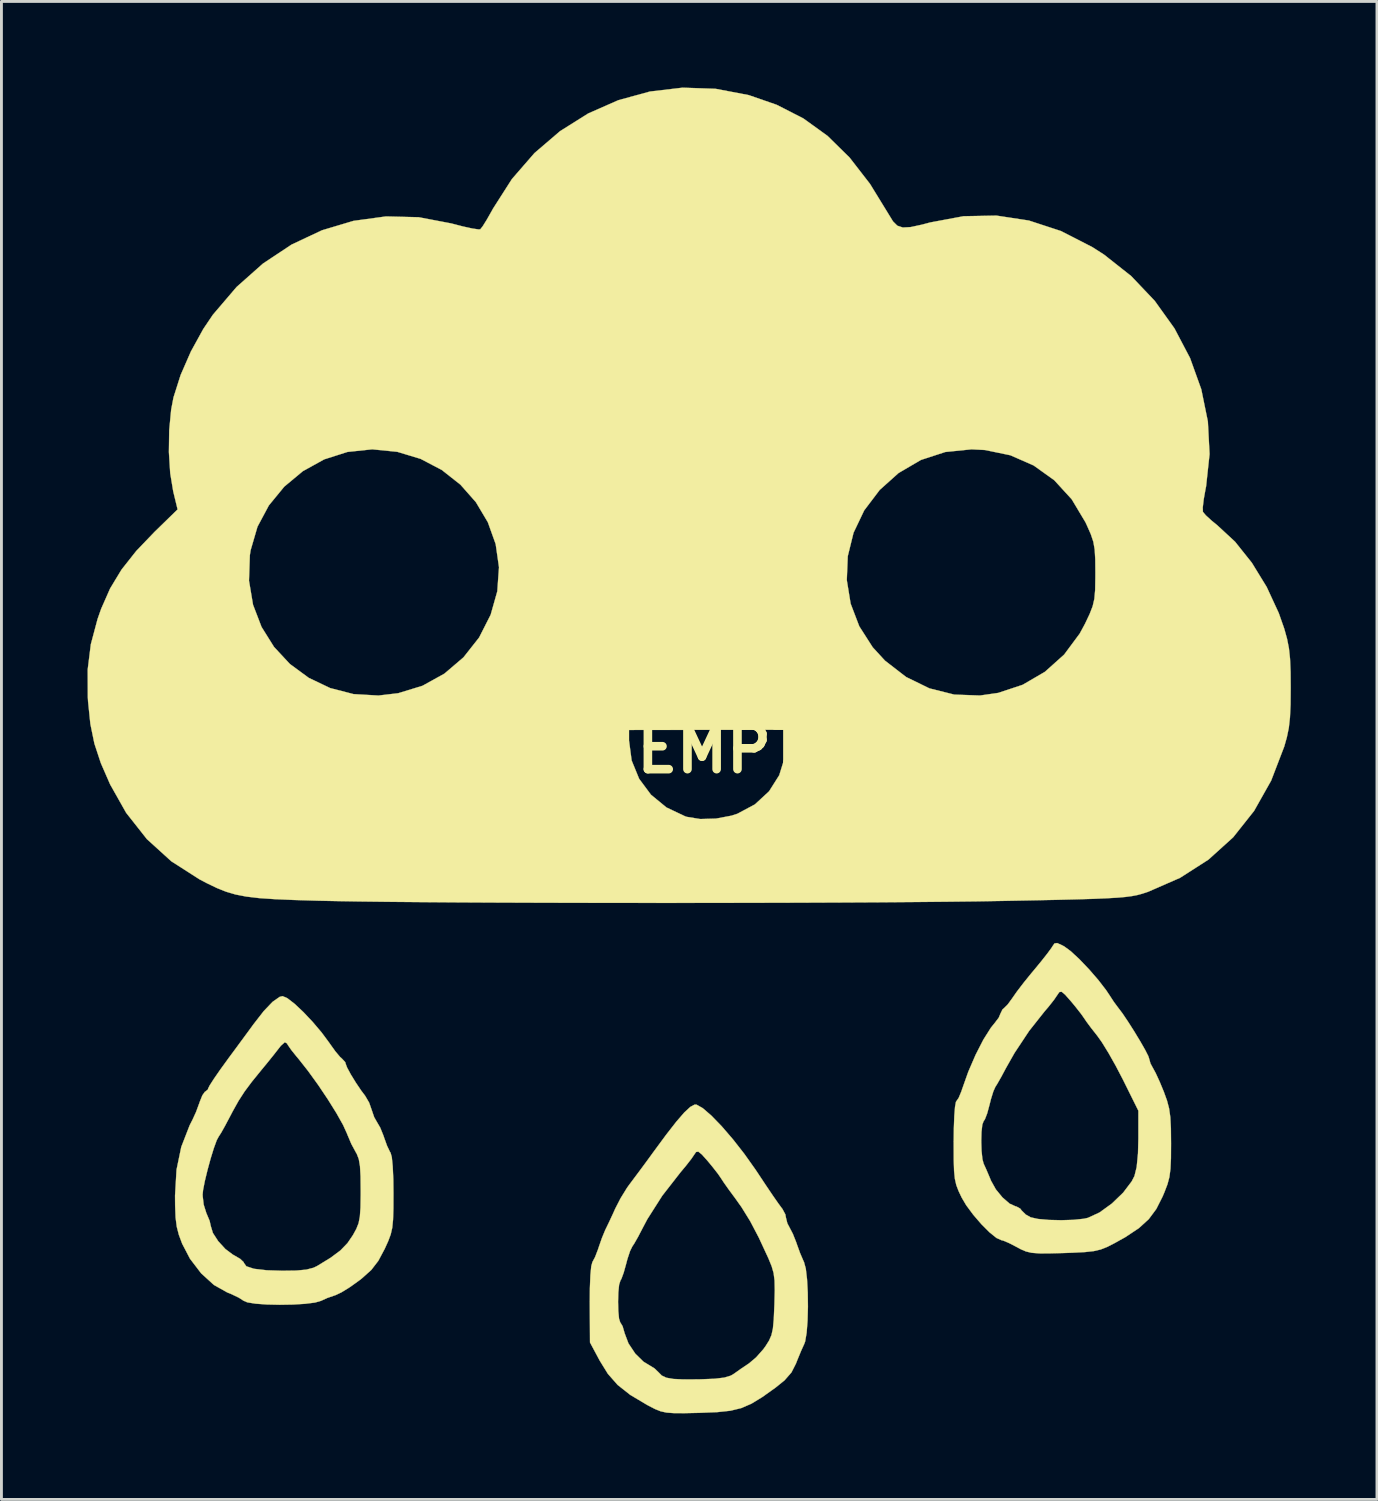
<source format=kicad_pcb>
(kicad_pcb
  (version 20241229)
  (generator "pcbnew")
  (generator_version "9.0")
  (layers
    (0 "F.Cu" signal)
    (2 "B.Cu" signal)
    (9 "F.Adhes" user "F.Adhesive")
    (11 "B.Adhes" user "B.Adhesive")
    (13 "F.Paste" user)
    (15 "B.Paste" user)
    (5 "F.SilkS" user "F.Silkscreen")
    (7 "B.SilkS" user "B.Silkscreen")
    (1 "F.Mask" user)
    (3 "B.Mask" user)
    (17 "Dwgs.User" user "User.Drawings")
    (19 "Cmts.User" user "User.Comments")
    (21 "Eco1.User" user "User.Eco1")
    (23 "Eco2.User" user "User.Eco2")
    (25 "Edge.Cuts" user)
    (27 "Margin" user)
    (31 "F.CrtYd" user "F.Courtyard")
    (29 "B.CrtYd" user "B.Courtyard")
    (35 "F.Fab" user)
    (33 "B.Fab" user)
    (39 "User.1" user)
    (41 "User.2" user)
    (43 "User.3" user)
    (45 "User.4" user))
  (footprint "ATTEMPT5"
    (layer "F.Cu")
    (at 20.972 23.056)
    (property "Reference" "ATTEMPT5" (at 0 0 0) (layer "F.SilkS") (effects (font (size 1.524 1.524) (thickness 0.3))))
    (attr through_hole)
    (fp_poly (pts (xy 0.24 12.375) (xy 0.461 12.5) (xy 0.763 12.761) (xy 1.122 13.132) (xy 1.512 13.585) (xy 1.911 14.095) (xy 2.294 14.635) (xy 2.371 14.75) (xy 2.65 15.171) (xy 2.899 15.54) (xy 3.096 15.823) (xy 3.216 15.986) (xy 3.232 16.004) (xy 3.339 16.203) (xy 3.355 16.3) (xy 3.407 16.511) (xy 3.485 16.659) (xy 3.6 16.88) (xy 3.717 17.174) (xy 3.735 17.228) (xy 3.85 17.547) (xy 3.973 17.833) (xy 3.988 17.863) (xy 4.05 18.09) (xy 4.093 18.46) (xy 4.118 18.92) (xy 4.124 19.419) (xy 4.111 19.904) (xy 4.079 20.323) (xy 4.028 20.625) (xy 3.997 20.711) (xy 3.887 20.954) (xy 3.755 21.274) (xy 3.708 21.395) (xy 3.55 21.706) (xy 3.308 21.983) (xy 2.993 22.237) (xy 2.532 22.565) (xy 2.153 22.796) (xy 1.801 22.948) (xy 1.423 23.04) (xy 0.963 23.089) (xy 0.369 23.113) (xy 0.335 23.114) (xy -0.175 23.125) (xy -0.539 23.124) (xy -0.801 23.105) (xy -1.007 23.06) (xy -1.201 22.982) (xy -1.428 22.865) (xy -1.49 22.831) (xy -2.068 22.487) (xy -2.504 22.142) (xy -2.845 21.755) (xy -3.128 21.297) (xy -3.468 20.662) (xy -3.476 19.325) (xy -3.476 19.243) (xy -2.49 19.243) (xy -2.482 19.569) (xy -2.457 19.831) (xy -2.414 19.966) (xy -2.409 19.97) (xy -2.333 20.094) (xy -2.266 20.323) (xy -2.264 20.334) (xy -2.128 20.695) (xy -1.89 21.052) (xy -1.604 21.332) (xy -1.452 21.424) (xy -1.219 21.567) (xy -1.077 21.704) (xy -0.968 21.815) (xy -0.809 21.89) (xy -0.565 21.933) (xy -0.204 21.95) (xy 0.311 21.947) (xy 0.393 21.945) (xy 0.877 21.926) (xy 1.21 21.886) (xy 1.433 21.819) (xy 1.543 21.755) (xy 1.789 21.58) (xy 2.066 21.394) (xy 2.074 21.388) (xy 2.315 21.185) (xy 2.565 20.904) (xy 2.648 20.791) (xy 2.771 20.595) (xy 2.853 20.407) (xy 2.904 20.179) (xy 2.934 19.86) (xy 2.954 19.401) (xy 2.957 19.336) (xy 2.969 18.852) (xy 2.962 18.507) (xy 2.929 18.245) (xy 2.861 18.008) (xy 2.752 17.741) (xy 2.74 17.714) (xy 2.412 17.007) (xy 2.112 16.435) (xy 1.81 15.947) (xy 1.585 15.631) (xy 1.367 15.336) (xy 1.19 15.085) (xy 1.094 14.938) (xy 0.985 14.78) (xy 0.796 14.539) (xy 0.641 14.351) (xy 0.432 14.116) (xy 0.307 14.014) (xy 0.228 14.026) (xy 0.177 14.098) (xy 0.064 14.264) (xy -0.132 14.515) (xy -0.32 14.74) (xy -0.951 15.55) (xy -1.47 16.366) (xy -1.635 16.678) (xy -1.791 16.978) (xy -1.927 17.217) (xy -1.992 17.314) (xy -2.073 17.479) (xy -2.165 17.757) (xy -2.21 17.928) (xy -2.293 18.226) (xy -2.373 18.445) (xy -2.409 18.508) (xy -2.454 18.65) (xy -2.481 18.916) (xy -2.49 19.243) (xy -3.476 19.243) (xy -3.472 18.768) (xy -3.454 18.318) (xy -3.424 18.005) (xy -3.384 17.86) (xy -3.292 17.688) (xy -3.189 17.42) (xy -3.163 17.34) (xy -3.053 17.024) (xy -2.938 16.745) (xy -2.918 16.705) (xy -2.804 16.469) (xy -2.657 16.153) (xy -2.59 16.003) (xy -2.403 15.639) (xy -2.18 15.277) (xy -2.106 15.173) (xy -1.905 14.904) (xy -1.729 14.669) (xy -1.682 14.605) (xy -1.533 14.404) (xy -1.338 14.137) (xy -1.271 14.044) (xy -0.82 13.432) (xy -0.461 12.971) (xy -0.183 12.65) (xy 0.026 12.456) (xy 0.177 12.375) (xy 0.24 12.375)) (stroke (width 0.01) (type solid)) (fill yes) (layer "F.SilkS"))
    (fp_poly (pts (xy 12.989 6.83) (xy 13.057 6.867) (xy 13.286 7.036) (xy 13.588 7.317) (xy 13.921 7.666) (xy 14.242 8.037) (xy 14.511 8.386) (xy 14.62 8.548) (xy 14.779 8.793) (xy 14.919 8.982) (xy 14.924 8.988) (xy 15.078 9.192) (xy 15.277 9.487) (xy 15.494 9.828) (xy 15.702 10.172) (xy 15.874 10.473) (xy 15.983 10.688) (xy 16.007 10.763) (xy 16.059 10.946) (xy 16.138 11.091) (xy 16.24 11.278) (xy 16.379 11.581) (xy 16.522 11.926) (xy 16.633 12.233) (xy 16.706 12.51) (xy 16.749 12.814) (xy 16.769 13.201) (xy 16.774 13.726) (xy 16.774 13.733) (xy 16.771 14.244) (xy 16.754 14.614) (xy 16.717 14.899) (xy 16.649 15.153) (xy 16.542 15.432) (xy 16.478 15.582) (xy 16.26 16.013) (xy 15.997 16.367) (xy 15.653 16.68) (xy 15.188 16.989) (xy 14.793 17.209) (xy 14.544 17.336) (xy 14.323 17.423) (xy 14.082 17.479) (xy 13.774 17.513) (xy 13.351 17.535) (xy 13.035 17.546) (xy 12.529 17.559) (xy 12.17 17.558) (xy 11.916 17.538) (xy 11.721 17.492) (xy 11.543 17.416) (xy 11.406 17.342) (xy 11.138 17.203) (xy 10.931 17.115) (xy 10.865 17.099) (xy 10.693 17.022) (xy 10.447 16.823) (xy 10.166 16.541) (xy 9.885 16.215) (xy 9.64 15.884) (xy 9.483 15.619) (xy 9.371 15.384) (xy 9.293 15.179) (xy 9.244 14.963) (xy 9.216 14.69) (xy 9.204 14.318) (xy 9.202 13.802) (xy 9.202 13.685) (xy 9.202 13.656) (xy 10.162 13.656) (xy 10.173 13.992) (xy 10.203 14.276) (xy 10.246 14.435) (xy 10.334 14.627) (xy 10.455 14.911) (xy 10.504 15.03) (xy 10.671 15.329) (xy 10.902 15.61) (xy 11.149 15.825) (xy 11.363 15.922) (xy 11.386 15.924) (xy 11.521 15.999) (xy 11.57 16.065) (xy 11.714 16.207) (xy 11.886 16.303) (xy 12.137 16.359) (xy 12.513 16.393) (xy 12.949 16.403) (xy 13.379 16.39) (xy 13.737 16.352) (xy 13.876 16.321) (xy 14.283 16.133) (xy 14.712 15.823) (xy 15.106 15.443) (xy 15.405 15.048) (xy 15.5 14.862) (xy 15.577 14.55) (xy 15.623 14.074) (xy 15.636 13.56) (xy 15.636 12.588) (xy 15.094 11.496) (xy 14.849 11.027) (xy 14.596 10.578) (xy 14.365 10.203) (xy 14.201 9.973) (xy 13.99 9.705) (xy 13.82 9.476) (xy 13.754 9.377) (xy 13.64 9.215) (xy 13.448 8.97) (xy 13.293 8.783) (xy 13.085 8.547) (xy 12.962 8.444) (xy 12.884 8.453) (xy 12.822 8.543) (xy 12.699 8.723) (xy 12.5 8.975) (xy 12.368 9.129) (xy 11.831 9.807) (xy 11.32 10.578) (xy 11.025 11.099) (xy 10.861 11.406) (xy 10.723 11.648) (xy 10.651 11.763) (xy 10.584 11.914) (xy 10.5 12.184) (xy 10.45 12.383) (xy 10.37 12.679) (xy 10.289 12.89) (xy 10.246 12.95) (xy 10.199 13.073) (xy 10.171 13.329) (xy 10.162 13.656) (xy 9.202 13.656) (xy 9.208 13.189) (xy 9.224 12.764) (xy 9.249 12.45) (xy 9.28 12.282) (xy 9.29 12.265) (xy 9.375 12.142) (xy 9.472 11.909) (xy 9.493 11.844) (xy 9.709 11.235) (xy 9.965 10.642) (xy 10.236 10.112) (xy 10.499 9.696) (xy 10.626 9.539) (xy 10.771 9.349) (xy 10.831 9.206) (xy 10.902 9.06) (xy 10.953 9.017) (xy 11.085 8.885) (xy 11.244 8.668) (xy 11.258 8.646) (xy 11.406 8.435) (xy 11.637 8.133) (xy 11.909 7.797) (xy 11.989 7.702) (xy 12.25 7.385) (xy 12.47 7.106) (xy 12.612 6.912) (xy 12.636 6.872) (xy 12.713 6.761) (xy 12.808 6.747) (xy 12.989 6.83)) (stroke (width 0.01) (type solid)) (fill yes) (layer "F.SilkS"))
    (fp_poly (pts (xy -14.011 8.669) (xy -13.759 8.864) (xy -13.455 9.15) (xy -13.13 9.494) (xy -12.817 9.864) (xy -12.547 10.228) (xy -12.529 10.255) (xy -12.341 10.518) (xy -12.177 10.713) (xy -12.108 10.775) (xy -11.994 10.899) (xy -11.981 10.948) (xy -11.93 11.085) (xy -11.801 11.324) (xy -11.625 11.61) (xy -11.438 11.888) (xy -11.304 12.065) (xy -11.162 12.308) (xy -11.076 12.553) (xy -10.986 12.815) (xy -10.884 12.993) (xy -10.776 13.178) (xy -10.664 13.455) (xy -10.639 13.53) (xy -10.538 13.81) (xy -10.438 14.019) (xy -10.416 14.052) (xy -10.373 14.205) (xy -10.341 14.524) (xy -10.32 14.977) (xy -10.315 15.469) (xy -10.317 15.999) (xy -10.329 16.381) (xy -10.357 16.664) (xy -10.41 16.896) (xy -10.495 17.125) (xy -10.619 17.399) (xy -10.623 17.407) (xy -10.843 17.819) (xy -11.086 18.134) (xy -11.419 18.433) (xy -11.514 18.506) (xy -11.832 18.734) (xy -12.125 18.915) (xy -12.332 19.013) (xy -12.345 19.017) (xy -12.626 19.114) (xy -12.837 19.211) (xy -13.049 19.272) (xy -13.391 19.315) (xy -13.815 19.341) (xy -14.275 19.349) (xy -14.725 19.339) (xy -15.117 19.311) (xy -15.404 19.265) (xy -15.531 19.212) (xy -15.703 19.101) (xy -15.975 18.971) (xy -16.106 18.919) (xy -16.568 18.66) (xy -17.014 18.254) (xy -17.403 17.745) (xy -17.676 17.221) (xy -17.791 16.913) (xy -17.864 16.63) (xy -17.905 16.311) (xy -17.921 15.897) (xy -17.924 15.548) (xy -17.923 15.528) (xy -16.965 15.528) (xy -16.926 15.86) (xy -16.831 16.163) (xy -16.822 16.181) (xy -16.72 16.424) (xy -16.678 16.609) (xy -16.606 16.847) (xy -16.421 17.133) (xy -16.172 17.405) (xy -15.907 17.604) (xy -15.869 17.624) (xy -15.652 17.751) (xy -15.534 17.863) (xy -15.528 17.885) (xy -15.44 18.008) (xy -15.176 18.095) (xy -14.73 18.147) (xy -14.186 18.164) (xy -13.694 18.157) (xy -13.348 18.124) (xy -13.1 18.059) (xy -12.977 18) (xy -12.503 17.71) (xy -12.163 17.456) (xy -11.916 17.2) (xy -11.725 16.919) (xy -11.607 16.702) (xy -11.529 16.504) (xy -11.485 16.274) (xy -11.463 15.962) (xy -11.456 15.518) (xy -11.456 15.382) (xy -11.461 14.874) (xy -11.481 14.518) (xy -11.523 14.273) (xy -11.591 14.096) (xy -11.628 14.032) (xy -11.781 13.749) (xy -11.919 13.424) (xy -11.93 13.394) (xy -12.069 13.087) (xy -12.302 12.672) (xy -12.602 12.191) (xy -12.94 11.687) (xy -13.29 11.203) (xy -13.622 10.782) (xy -13.687 10.705) (xy -13.873 10.474) (xy -14.002 10.287) (xy -14.025 10.243) (xy -14.1 10.203) (xy -14.24 10.328) (xy -14.299 10.403) (xy -14.487 10.643) (xy -14.734 10.95) (xy -14.905 11.157) (xy -15.247 11.578) (xy -15.502 11.92) (xy -15.712 12.245) (xy -15.92 12.618) (xy -16.014 12.798) (xy -16.181 13.113) (xy -16.317 13.356) (xy -16.395 13.477) (xy -16.399 13.482) (xy -16.472 13.617) (xy -16.572 13.891) (xy -16.684 14.254) (xy -16.793 14.653) (xy -16.886 15.036) (xy -16.948 15.354) (xy -16.965 15.528) (xy -17.923 15.528) (xy -17.872 14.644) (xy -17.707 13.849) (xy -17.417 13.102) (xy -17.312 12.895) (xy -17.193 12.634) (xy -17.077 12.319) (xy -17.066 12.285) (xy -16.972 12.052) (xy -16.882 11.926) (xy -16.862 11.918) (xy -16.776 11.844) (xy -16.774 11.821) (xy -16.719 11.709) (xy -16.57 11.477) (xy -16.349 11.157) (xy -16.079 10.785) (xy -16.079 10.784) (xy -15.787 10.389) (xy -15.52 10.026) (xy -15.309 9.739) (xy -15.192 9.578) (xy -14.836 9.12) (xy -14.527 8.796) (xy -14.281 8.623) (xy -14.178 8.597) (xy -14.011 8.669)) (stroke (width 0.01) (type solid)) (fill yes) (layer "F.SilkS"))
    (fp_poly (pts (xy 0.909 -23.012) (xy 2.06 -22.793) (xy 3.038 -22.454) (xy 3.966 -21.979) (xy 4.807 -21.372) (xy 5.575 -20.617) (xy 6.287 -19.699) (xy 6.94 -18.635) (xy 7.089 -18.392) (xy 7.239 -18.243) (xy 7.431 -18.18) (xy 7.704 -18.195) (xy 8.097 -18.28) (xy 8.387 -18.357) (xy 9.544 -18.573) (xy 10.69 -18.595) (xy 11.822 -18.423) (xy 12.936 -18.058) (xy 14.029 -17.499) (xy 14.438 -17.237) (xy 15.385 -16.489) (xy 16.206 -15.625) (xy 16.893 -14.666) (xy 17.437 -13.631) (xy 17.828 -12.543) (xy 18.057 -11.422) (xy 18.116 -10.288) (xy 17.995 -9.163) (xy 17.974 -9.058) (xy 17.912 -8.708) (xy 17.879 -8.428) (xy 17.884 -8.276) (xy 17.884 -8.276) (xy 17.983 -8.156) (xy 18.187 -7.969) (xy 18.376 -7.815) (xy 19.003 -7.235) (xy 19.589 -6.501) (xy 20.106 -5.658) (xy 20.527 -4.748) (xy 20.719 -4.201) (xy 20.816 -3.851) (xy 20.881 -3.519) (xy 20.92 -3.151) (xy 20.939 -2.691) (xy 20.943 -2.149) (xy 20.938 -1.56) (xy 20.917 -1.113) (xy 20.877 -0.751) (xy 20.809 -0.422) (xy 20.719 -0.102) (xy 20.262 1.088) (xy 19.667 2.144) (xy 18.938 3.063) (xy 18.077 3.841) (xy 17.088 4.475) (xy 15.973 4.962) (xy 15.911 4.983) (xy 15.756 5.033) (xy 15.596 5.076) (xy 15.413 5.111) (xy 15.188 5.141) (xy 14.904 5.166) (xy 14.54 5.187) (xy 14.078 5.207) (xy 13.499 5.224) (xy 12.785 5.242) (xy 11.917 5.26) (xy 10.879 5.28) (xy 10.006 5.295) (xy 8.981 5.307) (xy 7.825 5.318) (xy 6.557 5.328) (xy 5.195 5.335) (xy 3.758 5.341) (xy 2.266 5.345) (xy 0.738 5.348) (xy -0.807 5.349) (xy -2.35 5.348) (xy -3.871 5.346) (xy -5.353 5.342) (xy -6.775 5.337) (xy -8.118 5.33) (xy -9.364 5.321) (xy -10.492 5.311) (xy -11.485 5.299) (xy -12.323 5.285) (xy -12.94 5.272) (xy -13.777 5.247) (xy -14.453 5.218) (xy -14.998 5.181) (xy -15.442 5.128) (xy -15.815 5.056) (xy -16.148 4.958) (xy -16.47 4.829) (xy -16.812 4.664) (xy -17.072 4.528) (xy -18.054 3.899) (xy -18.905 3.126) (xy -19.627 2.21) (xy -20.185 1.221) (xy -20.51 0.476) (xy -20.733 -0.2) (xy -20.831 -0.676) (xy -2.109 -0.676) (xy -2.109 -0.307) (xy -2.017 0.388) (xy -1.756 1.026) (xy -1.345 1.579) (xy -0.804 2.024) (xy -0.151 2.333) (xy -0.096 2.351) (xy 0.371 2.427) (xy 0.918 2.412) (xy 1.46 2.31) (xy 1.667 2.243) (xy 2.278 1.916) (xy 2.771 1.46) (xy 3.124 0.902) (xy 3.32 0.271) (xy 3.353 -0.121) (xy 3.355 -0.682) (xy -2.109 -0.676) (xy -20.831 -0.676) (xy -20.874 -0.888) (xy -20.954 -1.669) (xy -20.963 -1.819) (xy -20.967 -2.78) (xy -20.858 -3.659) (xy -20.622 -4.544) (xy -20.498 -4.896) (xy -20.186 -5.604) (xy -20.022 -5.876) (xy -15.348 -5.876) (xy -15.207 -5.037) (xy -14.91 -4.263) (xy -14.476 -3.569) (xy -13.922 -2.973) (xy -13.264 -2.49) (xy -12.519 -2.135) (xy -11.705 -1.925) (xy -10.839 -1.875) (xy -10.15 -1.956) (xy -9.304 -2.215) (xy -8.539 -2.639) (xy -7.875 -3.206) (xy -7.331 -3.896) (xy -6.929 -4.688) (xy -6.697 -5.508) (xy -6.67 -5.898) (xy 5.478 -5.898) (xy 5.612 -5.076) (xy 5.913 -4.287) (xy 6.38 -3.557) (xy 6.809 -3.09) (xy 7.545 -2.521) (xy 8.356 -2.125) (xy 9.221 -1.908) (xy 10.117 -1.876) (xy 10.754 -1.967) (xy 11.606 -2.25) (xy 12.379 -2.701) (xy 13.049 -3.301) (xy 13.591 -4.031) (xy 13.778 -4.377) (xy 13.94 -4.72) (xy 14.044 -4.989) (xy 14.103 -5.244) (xy 14.13 -5.549) (xy 14.137 -5.966) (xy 14.138 -6.15) (xy 14.134 -6.623) (xy 14.114 -6.963) (xy 14.067 -7.233) (xy 13.979 -7.496) (xy 13.839 -7.813) (xy 13.792 -7.913) (xy 13.314 -8.712) (xy 12.707 -9.375) (xy 11.988 -9.89) (xy 11.177 -10.246) (xy 10.292 -10.429) (xy 9.825 -10.453) (xy 8.911 -10.36) (xy 8.06 -10.083) (xy 7.281 -9.627) (xy 6.625 -9.039) (xy 6.084 -8.325) (xy 5.713 -7.547) (xy 5.512 -6.73) (xy 5.478 -5.898) (xy -6.67 -5.898) (xy -6.638 -6.343) (xy -6.754 -7.151) (xy -7.027 -7.913) (xy -7.442 -8.61) (xy -7.982 -9.222) (xy -8.629 -9.732) (xy -9.368 -10.12) (xy -10.182 -10.366) (xy -11.053 -10.453) (xy -11.055 -10.453) (xy -11.916 -10.362) (xy -12.728 -10.103) (xy -13.47 -9.693) (xy -14.119 -9.153) (xy -14.654 -8.501) (xy -15.052 -7.757) (xy -15.291 -6.938) (xy -15.318 -6.764) (xy -15.348 -5.876) (xy -20.022 -5.876) (xy -19.789 -6.261) (xy -19.276 -6.911) (xy -18.641 -7.574) (xy -17.835 -8.359) (xy -17.988 -8.991) (xy -18.092 -9.62) (xy -18.138 -10.357) (xy -18.127 -11.122) (xy -18.059 -11.836) (xy -17.978 -12.26) (xy -17.73 -13.04) (xy -17.371 -13.862) (xy -16.94 -14.645) (xy -16.605 -15.142) (xy -15.779 -16.109) (xy -14.86 -16.925) (xy -13.863 -17.586) (xy -12.806 -18.083) (xy -11.705 -18.412) (xy -10.575 -18.566) (xy -9.435 -18.538) (xy -8.3 -18.322) (xy -8.293 -18.32) (xy -7.895 -18.217) (xy -7.566 -18.145) (xy -7.349 -18.114) (xy -7.29 -18.118) (xy -7.206 -18.224) (xy -7.061 -18.457) (xy -6.884 -18.769) (xy -6.851 -18.831) (xy -6.188 -19.869) (xy -5.402 -20.774) (xy -4.511 -21.537) (xy -3.531 -22.153) (xy -2.482 -22.615) (xy -1.38 -22.917) (xy -0.244 -23.051) (xy 0.909 -23.012)) (stroke (width 0.01) (type solid)) (fill yes) (layer "F.SilkS")))
  (gr_rect
    (start -3 -3)
    (end 44.92 49.186)
    (stroke (width 0.1) (type default))
    (fill no)
    (layer "Edge.Cuts")))
</source>
